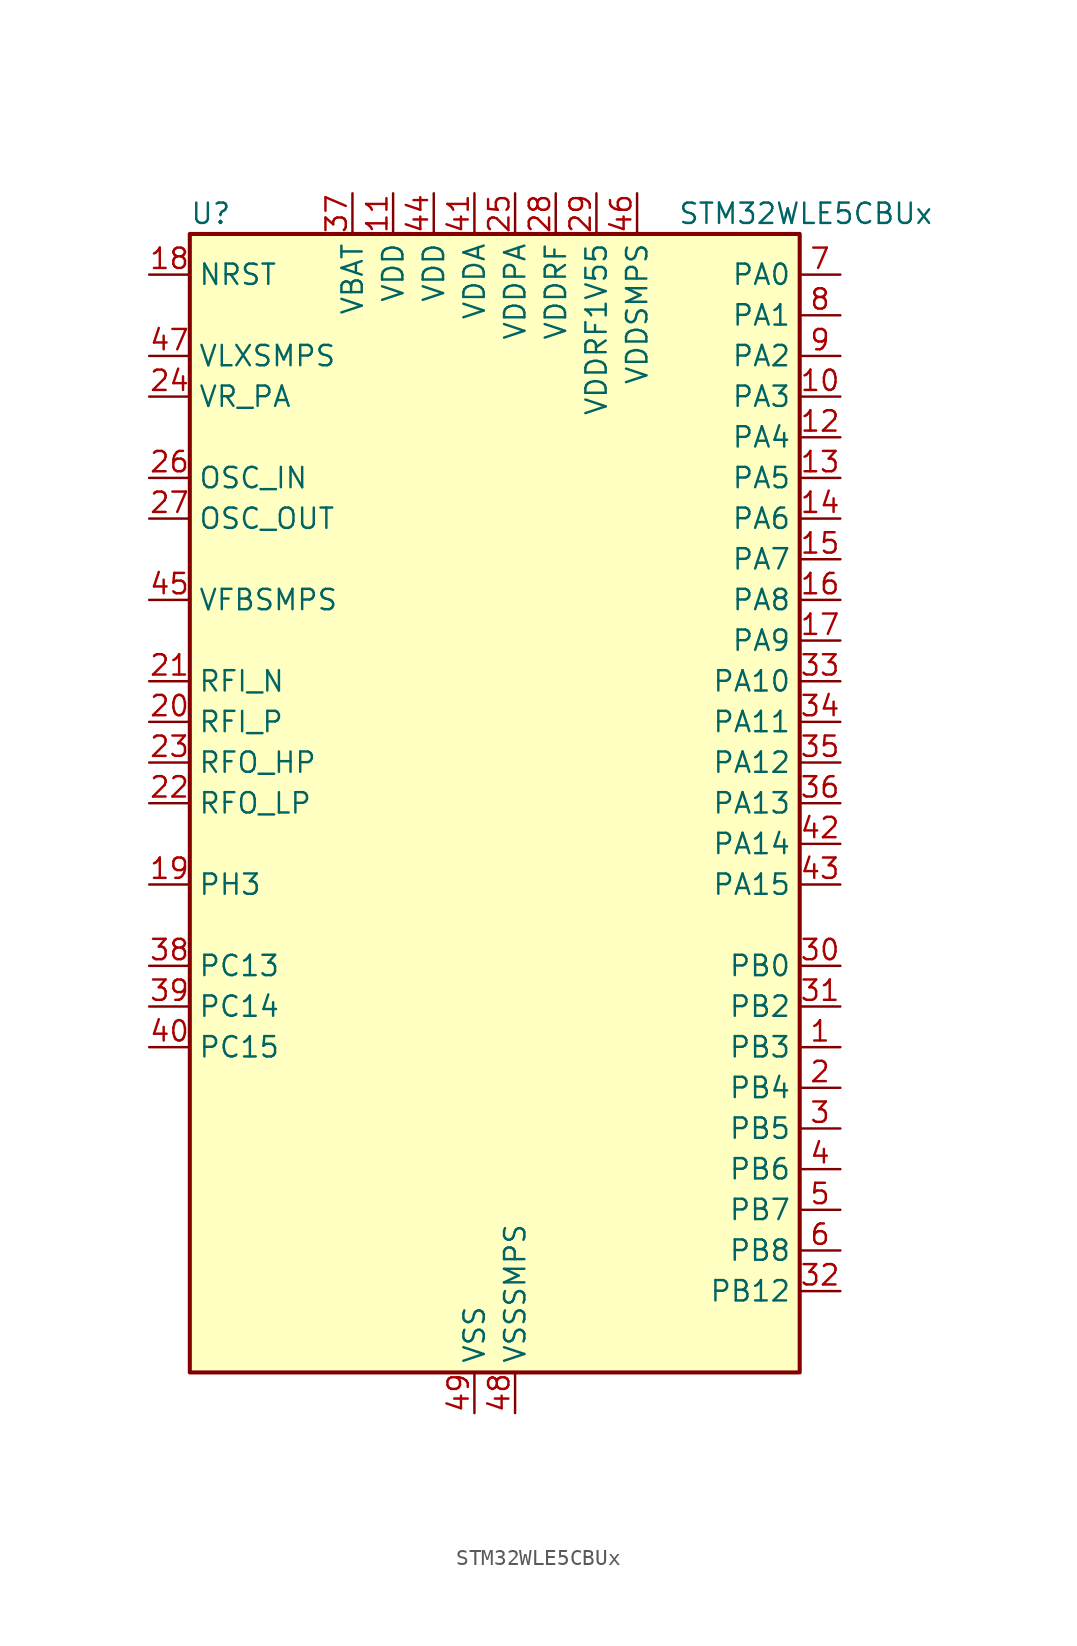
<source format=kicad_sym>
(kicad_symbol_lib
  (version 20220914)
  (generator kicad_symbol_editor)
  (symbol "STM32WLE5CBUx"
    (property "Reference" "U"
      (at -17.78 36.83 0)
      (effects (font (size 1.27 1.27)) (justify left)))
    (property "Value" "STM32WLE5CBUx"
      (at 12.7 36.83 0)
      (effects (font (size 1.27 1.27)) (justify left)))
    (property "ki_locked" ""
      (at 0 0 0)
      (effects (font (size 1.27 1.27))))
    (symbol "STM32WLE5CBUx_0_1"
      (rectangle (start -17.78 -35.56) (end 20.32 35.56) (stroke (width 0.254) (type default)) (fill (type background))))
    (symbol "STM32WLE5CBUx_1_1"
      (pin bidirectional line (at 22.86 -15.24 180) (length 2.54) (name "PB3" (effects (font (size 1.27 1.27)))) (number "1" (effects (font (size 1.27 1.27)))) (alternate "ADC_IN2" bidirectional line) (alternate "COMP1_INM" bidirectional line) (alternate "COMP2_INM" bidirectional line) (alternate "DEBUG_JTDO-SWO" bidirectional line) (alternate "DEBUG_RF-DTB1" bidirectional line) (alternate "PWR_WKUP3" bidirectional line) (alternate "RTC_TAMP_IN3" bidirectional line) (alternate "SPI1_SCK" bidirectional line) (alternate "TIM2_CH2" bidirectional line) (alternate "USART1_DE" bidirectional line) (alternate "USART1_RTS" bidirectional line))
      (pin bidirectional line (at 22.86 25.4 180) (length 2.54) (name "PA3" (effects (font (size 1.27 1.27)))) (number "10" (effects (font (size 1.27 1.27)))) (alternate "I2S2_MCK" bidirectional line) (alternate "LPUART1_RX" bidirectional line) (alternate "TIM2_CH4" bidirectional line) (alternate "USART2_RX" bidirectional line))
      (pin power_in line (at -5.08 38.1 270) (length 2.54) (name "VDD" (effects (font (size 1.27 1.27)))) (number "11" (effects (font (size 1.27 1.27)))))
      (pin bidirectional line (at 22.86 22.86 180) (length 2.54) (name "PA4" (effects (font (size 1.27 1.27)))) (number "12" (effects (font (size 1.27 1.27)))) (alternate "DEBUG_SUBGHZSPI-NSSOUT" bidirectional line) (alternate "LPTIM1_OUT" bidirectional line) (alternate "LPTIM2_OUT" bidirectional line) (alternate "RTC_OUT2" bidirectional line) (alternate "SPI1_NSS" bidirectional line) (alternate "USART2_CK" bidirectional line))
      (pin bidirectional line (at 22.86 20.32 180) (length 2.54) (name "PA5" (effects (font (size 1.27 1.27)))) (number "13" (effects (font (size 1.27 1.27)))) (alternate "DEBUG_SUBGHZSPI-SCKOUT" bidirectional line) (alternate "LPTIM2_ETR" bidirectional line) (alternate "SPI1_SCK" bidirectional line) (alternate "SPI2_MISO" bidirectional line) (alternate "TIM2_CH1" bidirectional line) (alternate "TIM2_ETR" bidirectional line))
      (pin bidirectional line (at 22.86 17.78 180) (length 2.54) (name "PA6" (effects (font (size 1.27 1.27)))) (number "14" (effects (font (size 1.27 1.27)))) (alternate "DEBUG_SUBGHZSPI-MISOOUT" bidirectional line) (alternate "I2C2_SMBA" bidirectional line) (alternate "LPUART1_CTS" bidirectional line) (alternate "SPI1_MISO" bidirectional line) (alternate "TIM16_CH1" bidirectional line) (alternate "TIM1_BKIN" bidirectional line))
      (pin bidirectional line (at 22.86 15.24 180) (length 2.54) (name "PA7" (effects (font (size 1.27 1.27)))) (number "15" (effects (font (size 1.27 1.27)))) (alternate "COMP2_OUT" bidirectional line) (alternate "DEBUG_SUBGHZSPI-MOSIOUT" bidirectional line) (alternate "I2C3_SCL" bidirectional line) (alternate "SPI1_MOSI" bidirectional line) (alternate "TIM17_CH1" bidirectional line) (alternate "TIM1_CH1N" bidirectional line))
      (pin bidirectional line (at 22.86 12.7 180) (length 2.54) (name "PA8" (effects (font (size 1.27 1.27)))) (number "16" (effects (font (size 1.27 1.27)))) (alternate "I2S2_CK" bidirectional line) (alternate "LPTIM2_OUT" bidirectional line) (alternate "RCC_MCO" bidirectional line) (alternate "SPI2_SCK" bidirectional line) (alternate "TIM1_CH1" bidirectional line) (alternate "USART1_CK" bidirectional line))
      (pin bidirectional line (at 22.86 10.16 180) (length 2.54) (name "PA9" (effects (font (size 1.27 1.27)))) (number "17" (effects (font (size 1.27 1.27)))) (alternate "DAC_EXTI9" bidirectional line) (alternate "I2C1_SCL" bidirectional line) (alternate "I2S2_CK" bidirectional line) (alternate "I2S2_WS" bidirectional line) (alternate "SPI2_NSS" bidirectional line) (alternate "SPI2_SCK" bidirectional line) (alternate "TIM1_CH2" bidirectional line) (alternate "USART1_TX" bidirectional line))
      (pin input line (at -20.32 33.02 0) (length 2.54) (name "NRST" (effects (font (size 1.27 1.27)))) (number "18" (effects (font (size 1.27 1.27)))))
      (pin bidirectional line (at -20.32 -5.08 0) (length 2.54) (name "PH3" (effects (font (size 1.27 1.27)))) (number "19" (effects (font (size 1.27 1.27)))))
      (pin bidirectional line (at 22.86 -17.78 180) (length 2.54) (name "PB4" (effects (font (size 1.27 1.27)))) (number "2" (effects (font (size 1.27 1.27)))) (alternate "ADC_IN3" bidirectional line) (alternate "COMP1_INP" bidirectional line) (alternate "COMP2_INP" bidirectional line) (alternate "DEBUG_JTRST" bidirectional line) (alternate "DEBUG_RF-LDORDY" bidirectional line) (alternate "I2C3_SDA" bidirectional line) (alternate "SPI1_MISO" bidirectional line) (alternate "TIM17_BKIN" bidirectional line) (alternate "USART1_CTS" bidirectional line) (alternate "USART1_NSS" bidirectional line))
      (pin bidirectional line (at -20.32 5.08 0) (length 2.54) (name "RFI_P" (effects (font (size 1.27 1.27)))) (number "20" (effects (font (size 1.27 1.27)))))
      (pin bidirectional line (at -20.32 7.62 0) (length 2.54) (name "RFI_N" (effects (font (size 1.27 1.27)))) (number "21" (effects (font (size 1.27 1.27)))))
      (pin bidirectional line (at -20.32 0 0) (length 2.54) (name "RFO_LP" (effects (font (size 1.27 1.27)))) (number "22" (effects (font (size 1.27 1.27)))))
      (pin bidirectional line (at -20.32 2.54 0) (length 2.54) (name "RFO_HP" (effects (font (size 1.27 1.27)))) (number "23" (effects (font (size 1.27 1.27)))))
      (pin power_in line (at -20.32 25.4 0) (length 2.54) (name "VR_PA" (effects (font (size 1.27 1.27)))) (number "24" (effects (font (size 1.27 1.27)))))
      (pin power_in line (at 2.54 38.1 270) (length 2.54) (name "VDDPA" (effects (font (size 1.27 1.27)))) (number "25" (effects (font (size 1.27 1.27)))))
      (pin input line (at -20.32 20.32 0) (length 2.54) (name "OSC_IN" (effects (font (size 1.27 1.27)))) (number "26" (effects (font (size 1.27 1.27)))) (alternate "RCC_OSC_IN" bidirectional line))
      (pin input line (at -20.32 17.78 0) (length 2.54) (name "OSC_OUT" (effects (font (size 1.27 1.27)))) (number "27" (effects (font (size 1.27 1.27)))) (alternate "RCC_OSC_OUT" bidirectional line))
      (pin power_in line (at 5.08 38.1 270) (length 2.54) (name "VDDRF" (effects (font (size 1.27 1.27)))) (number "28" (effects (font (size 1.27 1.27)))))
      (pin power_in line (at 7.62 38.1 270) (length 2.54) (name "VDDRF1V55" (effects (font (size 1.27 1.27)))) (number "29" (effects (font (size 1.27 1.27)))))
      (pin bidirectional line (at 22.86 -20.32 180) (length 2.54) (name "PB5" (effects (font (size 1.27 1.27)))) (number "3" (effects (font (size 1.27 1.27)))) (alternate "COMP2_OUT" bidirectional line) (alternate "I2C1_SMBA" bidirectional line) (alternate "LPTIM1_IN1" bidirectional line) (alternate "SPI1_MOSI" bidirectional line) (alternate "TIM16_BKIN" bidirectional line) (alternate "USART1_CK" bidirectional line))
      (pin bidirectional line (at 22.86 -10.16 180) (length 2.54) (name "PB0" (effects (font (size 1.27 1.27)))) (number "30" (effects (font (size 1.27 1.27)))) (alternate "COMP1_OUT" bidirectional line) (alternate "VDDTCXO" bidirectional line))
      (pin bidirectional line (at 22.86 -12.7 180) (length 2.54) (name "PB2" (effects (font (size 1.27 1.27)))) (number "31" (effects (font (size 1.27 1.27)))) (alternate "ADC_IN4" bidirectional line) (alternate "COMP1_INP" bidirectional line) (alternate "COMP2_INM" bidirectional line) (alternate "DEBUG_RF-SMPSRDY" bidirectional line) (alternate "I2C3_SMBA" bidirectional line) (alternate "LPTIM1_OUT" bidirectional line) (alternate "SPI1_NSS" bidirectional line))
      (pin bidirectional line (at 22.86 -30.48 180) (length 2.54) (name "PB12" (effects (font (size 1.27 1.27)))) (number "32" (effects (font (size 1.27 1.27)))) (alternate "I2C3_SMBA" bidirectional line) (alternate "I2S2_WS" bidirectional line) (alternate "LPUART1_RTS" bidirectional line) (alternate "SPI2_NSS" bidirectional line) (alternate "TIM1_BKIN" bidirectional line))
      (pin bidirectional line (at 22.86 7.62 180) (length 2.54) (name "PA10" (effects (font (size 1.27 1.27)))) (number "33" (effects (font (size 1.27 1.27)))) (alternate "ADC_IN6" bidirectional line) (alternate "COMP1_INM" bidirectional line) (alternate "COMP2_INM" bidirectional line) (alternate "DAC_OUT1" bidirectional line) (alternate "DEBUG_RF-HSE32RDY" bidirectional line) (alternate "I2C1_SDA" bidirectional line) (alternate "I2S2_SD" bidirectional line) (alternate "RTC_REFIN" bidirectional line) (alternate "SPI2_MOSI" bidirectional line) (alternate "TIM17_BKIN" bidirectional line) (alternate "TIM1_CH3" bidirectional line) (alternate "USART1_RX" bidirectional line))
      (pin bidirectional line (at 22.86 5.08 180) (length 2.54) (name "PA11" (effects (font (size 1.27 1.27)))) (number "34" (effects (font (size 1.27 1.27)))) (alternate "ADC_EXTI11" bidirectional line) (alternate "ADC_IN7" bidirectional line) (alternate "COMP1_INM" bidirectional line) (alternate "COMP2_INM" bidirectional line) (alternate "DEBUG_RF-NRESET" bidirectional line) (alternate "I2C2_SDA" bidirectional line) (alternate "LPTIM3_ETR" bidirectional line) (alternate "SPI1_MISO" bidirectional line) (alternate "TIM1_BKIN2" bidirectional line) (alternate "TIM1_CH4" bidirectional line) (alternate "USART1_CTS" bidirectional line) (alternate "USART1_NSS" bidirectional line))
      (pin bidirectional line (at 22.86 2.54 180) (length 2.54) (name "PA12" (effects (font (size 1.27 1.27)))) (number "35" (effects (font (size 1.27 1.27)))) (alternate "ADC_IN8" bidirectional line) (alternate "DEBUG_RF-BUSY" bidirectional line) (alternate "I2C2_SCL" bidirectional line) (alternate "LPTIM3_IN1" bidirectional line) (alternate "SPI1_MOSI" bidirectional line) (alternate "TIM1_ETR" bidirectional line) (alternate "USART1_DE" bidirectional line) (alternate "USART1_RTS" bidirectional line))
      (pin bidirectional line (at 22.86 0 180) (length 2.54) (name "PA13" (effects (font (size 1.27 1.27)))) (number "36" (effects (font (size 1.27 1.27)))) (alternate "ADC_IN9" bidirectional line) (alternate "DEBUG_JTMS-SWDIO" bidirectional line) (alternate "I2C2_SMBA" bidirectional line) (alternate "IR_OUT" bidirectional line))
      (pin power_in line (at -7.62 38.1 270) (length 2.54) (name "VBAT" (effects (font (size 1.27 1.27)))) (number "37" (effects (font (size 1.27 1.27)))))
      (pin bidirectional line (at -20.32 -10.16 0) (length 2.54) (name "PC13" (effects (font (size 1.27 1.27)))) (number "38" (effects (font (size 1.27 1.27)))) (alternate "PWR_WKUP2" bidirectional line) (alternate "RTC_OUT1" bidirectional line) (alternate "RTC_TAMP_IN1" bidirectional line) (alternate "RTC_TS" bidirectional line))
      (pin bidirectional line (at -20.32 -12.7 0) (length 2.54) (name "PC14" (effects (font (size 1.27 1.27)))) (number "39" (effects (font (size 1.27 1.27)))) (alternate "RCC_OSC32_IN" bidirectional line))
      (pin bidirectional line (at 22.86 -22.86 180) (length 2.54) (name "PB6" (effects (font (size 1.27 1.27)))) (number "4" (effects (font (size 1.27 1.27)))) (alternate "I2C1_SCL" bidirectional line) (alternate "LPTIM1_ETR" bidirectional line) (alternate "TIM16_CH1N" bidirectional line) (alternate "USART1_TX" bidirectional line))
      (pin bidirectional line (at -20.32 -15.24 0) (length 2.54) (name "PC15" (effects (font (size 1.27 1.27)))) (number "40" (effects (font (size 1.27 1.27)))) (alternate "RCC_OSC32_OUT" bidirectional line))
      (pin power_in line (at 0 38.1 270) (length 2.54) (name "VDDA" (effects (font (size 1.27 1.27)))) (number "41" (effects (font (size 1.27 1.27)))))
      (pin bidirectional line (at 22.86 -2.54 180) (length 2.54) (name "PA14" (effects (font (size 1.27 1.27)))) (number "42" (effects (font (size 1.27 1.27)))) (alternate "ADC_IN10" bidirectional line) (alternate "DEBUG_JTCK-SWCLK" bidirectional line) (alternate "I2C1_SMBA" bidirectional line) (alternate "LPTIM1_OUT" bidirectional line))
      (pin bidirectional line (at 22.86 -5.08 180) (length 2.54) (name "PA15" (effects (font (size 1.27 1.27)))) (number "43" (effects (font (size 1.27 1.27)))) (alternate "ADC_IN11" bidirectional line) (alternate "COMP1_INM" bidirectional line) (alternate "COMP2_INP" bidirectional line) (alternate "DEBUG_JTDI" bidirectional line) (alternate "I2C2_SDA" bidirectional line) (alternate "SPI1_NSS" bidirectional line) (alternate "TIM2_CH1" bidirectional line) (alternate "TIM2_ETR" bidirectional line))
      (pin power_in line (at -2.54 38.1 270) (length 2.54) (name "VDD" (effects (font (size 1.27 1.27)))) (number "44" (effects (font (size 1.27 1.27)))))
      (pin input line (at -20.32 12.7 0) (length 2.54) (name "VFBSMPS" (effects (font (size 1.27 1.27)))) (number "45" (effects (font (size 1.27 1.27)))))
      (pin power_in line (at 10.16 38.1 270) (length 2.54) (name "VDDSMPS" (effects (font (size 1.27 1.27)))) (number "46" (effects (font (size 1.27 1.27)))))
      (pin power_in line (at -20.32 27.94 0) (length 2.54) (name "VLXSMPS" (effects (font (size 1.27 1.27)))) (number "47" (effects (font (size 1.27 1.27)))))
      (pin power_in line (at 2.54 -38.1 90) (length 2.54) (name "VSSSMPS" (effects (font (size 1.27 1.27)))) (number "48" (effects (font (size 1.27 1.27)))))
      (pin power_in line (at 0 -38.1 90) (length 2.54) (name "VSS" (effects (font (size 1.27 1.27)))) (number "49" (effects (font (size 1.27 1.27)))))
      (pin bidirectional line (at 22.86 -25.4 180) (length 2.54) (name "PB7" (effects (font (size 1.27 1.27)))) (number "5" (effects (font (size 1.27 1.27)))) (alternate "I2C1_SDA" bidirectional line) (alternate "LPTIM1_IN2" bidirectional line) (alternate "PWR_PVD_IN" bidirectional line) (alternate "TIM17_CH1N" bidirectional line) (alternate "TIM1_BKIN" bidirectional line) (alternate "USART1_RX" bidirectional line))
      (pin bidirectional line (at 22.86 -27.94 180) (length 2.54) (name "PB8" (effects (font (size 1.27 1.27)))) (number "6" (effects (font (size 1.27 1.27)))) (alternate "I2C1_SCL" bidirectional line) (alternate "TIM16_CH1" bidirectional line) (alternate "TIM1_CH2N" bidirectional line))
      (pin bidirectional line (at 22.86 33.02 180) (length 2.54) (name "PA0" (effects (font (size 1.27 1.27)))) (number "7" (effects (font (size 1.27 1.27)))) (alternate "COMP1_OUT" bidirectional line) (alternate "DEBUG_PWR-REGLP1S" bidirectional line) (alternate "I2C3_SMBA" bidirectional line) (alternate "I2S_CKIN" bidirectional line) (alternate "PWR_WKUP1" bidirectional line) (alternate "RTC_TAMP_IN2" bidirectional line) (alternate "TIM2_CH1" bidirectional line) (alternate "TIM2_ETR" bidirectional line) (alternate "USART2_CTS" bidirectional line) (alternate "USART2_NSS" bidirectional line))
      (pin bidirectional line (at 22.86 30.48 180) (length 2.54) (name "PA1" (effects (font (size 1.27 1.27)))) (number "8" (effects (font (size 1.27 1.27)))) (alternate "DEBUG_PWR-REGLP2S" bidirectional line) (alternate "I2C1_SMBA" bidirectional line) (alternate "LPTIM3_OUT" bidirectional line) (alternate "LPUART1_RTS" bidirectional line) (alternate "SPI1_SCK" bidirectional line) (alternate "TIM2_CH2" bidirectional line) (alternate "USART2_DE" bidirectional line) (alternate "USART2_RTS" bidirectional line))
      (pin bidirectional line (at 22.86 27.94 180) (length 2.54) (name "PA2" (effects (font (size 1.27 1.27)))) (number "9" (effects (font (size 1.27 1.27)))) (alternate "COMP2_OUT" bidirectional line) (alternate "DEBUG_PWR-LDORDY" bidirectional line) (alternate "LPUART1_TX" bidirectional line) (alternate "RCC_LSCO" bidirectional line) (alternate "TIM2_CH3" bidirectional line) (alternate "USART2_TX" bidirectional line)))))
</source>
